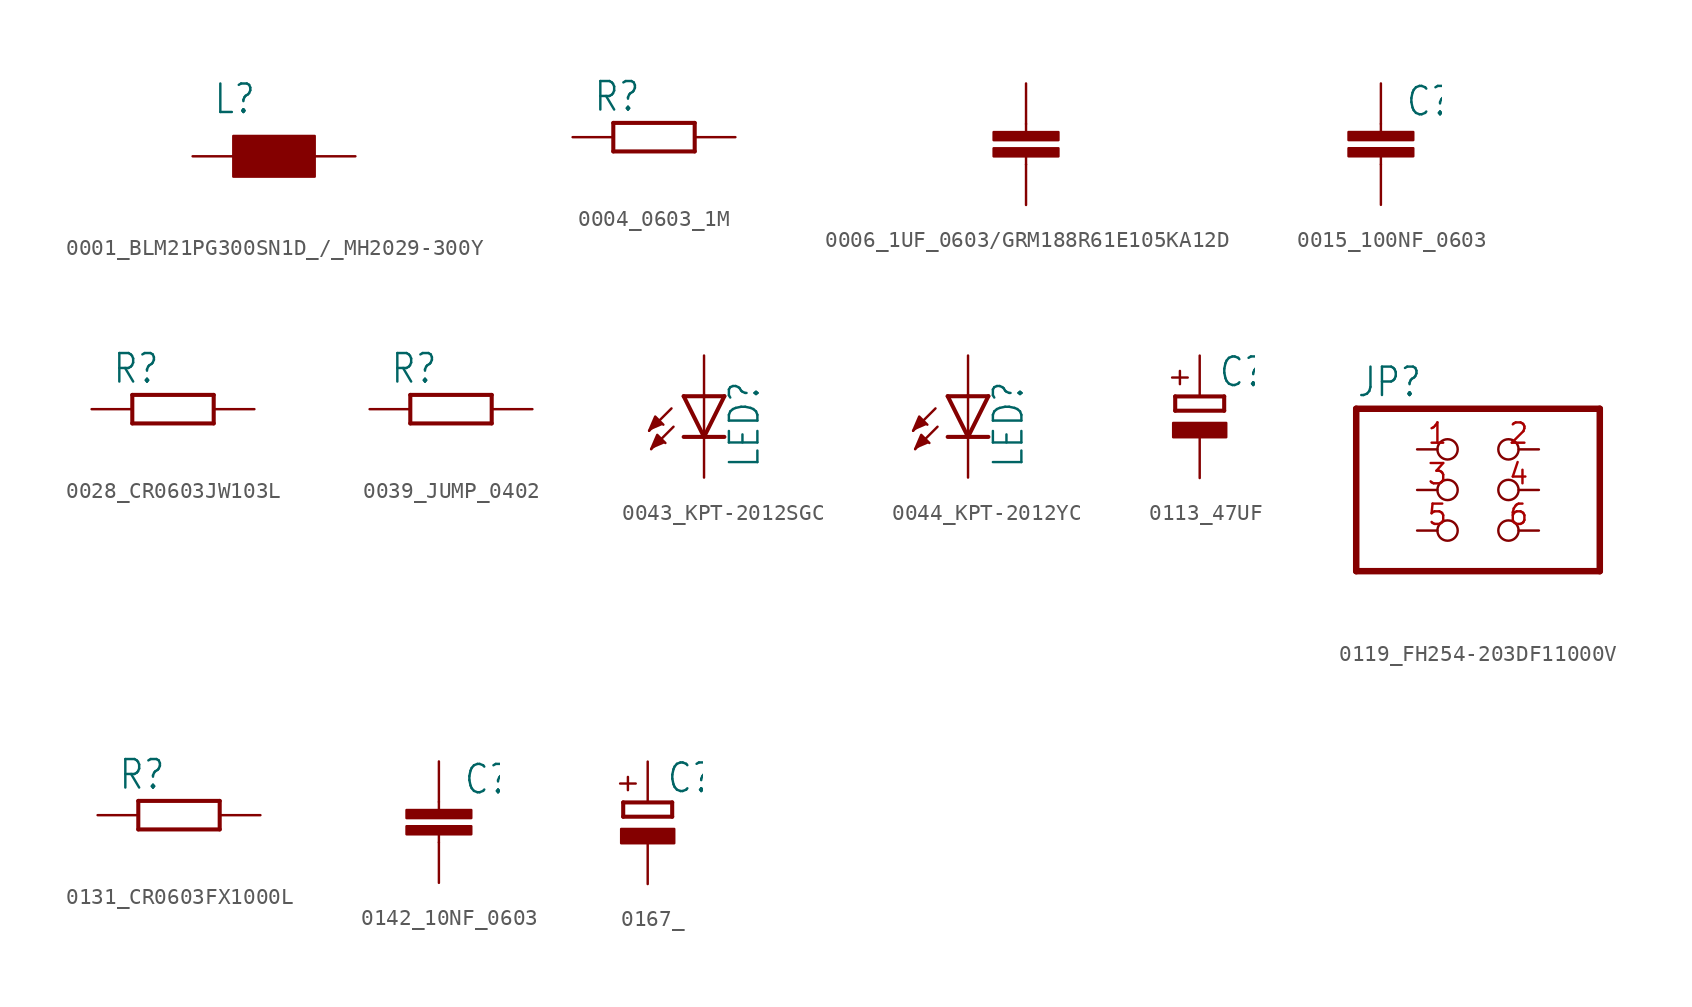
<source format=kicad_sym>
(kicad_symbol_lib
  (version 20220914)
  (generator kicad_symbol_editor)
  (symbol "0001_BLM21PG300SN1D_/_MH2029-300Y"
    (property "Reference" "L"
      (at -3.81 5.08 0)
      (effects (font (size 1.778 1.511)) (justify left bottom)))
    (property "Value" ""
      (at -3.81 -1.27 0)
      (effects (font (size 1.778 1.511)) (justify left bottom)))
    (property "ki_locked" ""
      (at 0 0 0)
      (effects (font (size 1.27 1.27))))
    (symbol "0001_BLM21PG300SN1D_/_MH2029-300Y_1_0"
      (rectangle (start -2.54 1.27) (end 2.54 3.81) (stroke (width 0) (type default)) (fill (type outline)))
      (pin passive line (at -5.08 2.54 0) (length 2.54) (name "1" (effects (font (size 0 0)))) (number "1" (effects (font (size 0 0)))))
      (pin passive line (at 5.08 2.54 180) (length 2.54) (name "2" (effects (font (size 0 0)))) (number "2" (effects (font (size 0 0)))))))
  (symbol "0004_0603_1M"
    (property "Reference" "R"
      (at -3.81 1.499 0)
      (effects (font (size 1.778 1.511)) (justify left bottom)))
    (property "Value" ""
      (at -3.81 -3.302 0)
      (effects (font (size 1.778 1.511)) (justify left bottom)))
    (property "ki_locked" ""
      (at 0 0 0)
      (effects (font (size 1.27 1.27))))
    (symbol "0004_0603_1M_1_0"
      (polyline (pts (xy -2.54 -0.889) (xy -2.54 0.889)) (stroke (width 0.254) (type solid)) (fill (type none)))
      (polyline (pts (xy -2.54 -0.889) (xy 2.54 -0.889)) (stroke (width 0.254) (type solid)) (fill (type none)))
      (polyline (pts (xy 2.54 -0.889) (xy 2.54 0.889)) (stroke (width 0.254) (type solid)) (fill (type none)))
      (polyline (pts (xy 2.54 0.889) (xy -2.54 0.889)) (stroke (width 0.254) (type solid)) (fill (type none)))
      (pin passive line (at -5.08 0 0) (length 2.54) (name "1" (effects (font (size 0 0)))) (number "1" (effects (font (size 0 0)))))
      (pin passive line (at 5.08 0 180) (length 2.54) (name "2" (effects (font (size 0 0)))) (number "2" (effects (font (size 0 0)))))))
  (symbol "0006_1UF_0603/GRM188R61E105KA12D"
    (property "Reference" ""
      (at 1.524 0.381 0)
      (effects (font (size 1.778 1.511)) (justify left bottom) hide))
    (property "Value" ""
      (at 1.524 -4.699 0)
      (effects (font (size 1.778 1.511)) (justify left bottom)))
    (property "ki_locked" ""
      (at 0 0 0)
      (effects (font (size 1.27 1.27))))
    (symbol "0006_1UF_0603/GRM188R61E105KA12D_1_0"
      (rectangle (start -2.032 -2.032) (end 2.032 -1.524) (stroke (width 0) (type default)) (fill (type outline)))
      (rectangle (start -2.032 -1.016) (end 2.032 -0.508) (stroke (width 0) (type default)) (fill (type outline)))
      (polyline (pts (xy 0 -2.54) (xy 0 -2.032)) (stroke (width 0.152) (type solid)) (fill (type none)))
      (polyline (pts (xy 0 0) (xy 0 -0.508)) (stroke (width 0.152) (type solid)) (fill (type none)))
      (pin passive line (at 0 2.54 270) (length 2.54) (name "1" (effects (font (size 0 0)))) (number "1" (effects (font (size 0 0)))))
      (pin passive line (at 0 -5.08 90) (length 2.54) (name "2" (effects (font (size 0 0)))) (number "2" (effects (font (size 0 0)))))))
  (symbol "0015_100NF_0603"
    (property "Reference" "C"
      (at 1.524 0.381 0)
      (effects (font (size 1.778 1.511)) (justify left bottom)))
    (property "Value" ""
      (at 1.524 -4.699 0)
      (effects (font (size 1.778 1.511)) (justify left bottom)))
    (property "ki_locked" ""
      (at 0 0 0)
      (effects (font (size 1.27 1.27))))
    (symbol "0015_100NF_0603_1_0"
      (rectangle (start -2.032 -2.032) (end 2.032 -1.524) (stroke (width 0) (type default)) (fill (type outline)))
      (rectangle (start -2.032 -1.016) (end 2.032 -0.508) (stroke (width 0) (type default)) (fill (type outline)))
      (polyline (pts (xy 0 -2.54) (xy 0 -2.032)) (stroke (width 0.152) (type solid)) (fill (type none)))
      (polyline (pts (xy 0 0) (xy 0 -0.508)) (stroke (width 0.152) (type solid)) (fill (type none)))
      (pin passive line (at 0 2.54 270) (length 2.54) (name "1" (effects (font (size 0 0)))) (number "1" (effects (font (size 0 0)))))
      (pin passive line (at 0 -5.08 90) (length 2.54) (name "2" (effects (font (size 0 0)))) (number "2" (effects (font (size 0 0)))))))
  (symbol "0028_CR0603JW103L"
    (property "Reference" "R"
      (at -3.81 1.499 0)
      (effects (font (size 1.778 1.511)) (justify left bottom)))
    (property "Value" ""
      (at -3.81 -3.302 0)
      (effects (font (size 1.778 1.511)) (justify left bottom)))
    (property "ki_locked" ""
      (at 0 0 0)
      (effects (font (size 1.27 1.27))))
    (symbol "0028_CR0603JW103L_1_0"
      (polyline (pts (xy -2.54 -0.889) (xy -2.54 0.889)) (stroke (width 0.254) (type solid)) (fill (type none)))
      (polyline (pts (xy -2.54 -0.889) (xy 2.54 -0.889)) (stroke (width 0.254) (type solid)) (fill (type none)))
      (polyline (pts (xy 2.54 -0.889) (xy 2.54 0.889)) (stroke (width 0.254) (type solid)) (fill (type none)))
      (polyline (pts (xy 2.54 0.889) (xy -2.54 0.889)) (stroke (width 0.254) (type solid)) (fill (type none)))
      (pin passive line (at -5.08 0 0) (length 2.54) (name "1" (effects (font (size 0 0)))) (number "1" (effects (font (size 0 0)))))
      (pin passive line (at 5.08 0 180) (length 2.54) (name "2" (effects (font (size 0 0)))) (number "2" (effects (font (size 0 0)))))))
  (symbol "0039_JUMP_0402"
    (property "Reference" "R"
      (at -3.81 1.499 0)
      (effects (font (size 1.778 1.511)) (justify left bottom)))
    (property "Value" ""
      (at -3.81 -3.302 0)
      (effects (font (size 1.778 1.511)) (justify left bottom)))
    (property "ki_locked" ""
      (at 0 0 0)
      (effects (font (size 1.27 1.27))))
    (symbol "0039_JUMP_0402_1_0"
      (polyline (pts (xy -2.54 -0.889) (xy -2.54 0.889)) (stroke (width 0.254) (type solid)) (fill (type none)))
      (polyline (pts (xy -2.54 -0.889) (xy 2.54 -0.889)) (stroke (width 0.254) (type solid)) (fill (type none)))
      (polyline (pts (xy 2.54 -0.889) (xy 2.54 0.889)) (stroke (width 0.254) (type solid)) (fill (type none)))
      (polyline (pts (xy 2.54 0.889) (xy -2.54 0.889)) (stroke (width 0.254) (type solid)) (fill (type none)))
      (pin passive line (at -5.08 0 0) (length 2.54) (name "1" (effects (font (size 0 0)))) (number "1" (effects (font (size 0 0)))))
      (pin passive line (at 5.08 0 180) (length 2.54) (name "2" (effects (font (size 0 0)))) (number "2" (effects (font (size 0 0)))))))
  (symbol "0043_KPT-2012SGC"
    (property "Reference" "LED"
      (at 3.556 -4.572 90)
      (effects (font (size 1.778 1.511)) (justify left bottom)))
    (property "Value" ""
      (at 5.715 -4.572 90)
      (effects (font (size 1.778 1.511)) (justify left bottom)))
    (property "ki_locked" ""
      (at 0 0 0)
      (effects (font (size 1.27 1.27))))
    (symbol "0043_KPT-2012SGC_1_0"
      (polyline (pts (xy -2.032 -0.762) (xy -3.429 -2.159)) (stroke (width 0.152) (type solid)) (fill (type none)))
      (polyline (pts (xy -1.905 -1.905) (xy -3.302 -3.302)) (stroke (width 0.152) (type solid)) (fill (type none)))
      (polyline (pts (xy 0 -2.54) (xy -1.27 -2.54)) (stroke (width 0.254) (type solid)) (fill (type none)))
      (polyline (pts (xy 0 -2.54) (xy -1.27 0)) (stroke (width 0.254) (type solid)) (fill (type none)))
      (polyline (pts (xy 0 0) (xy -1.27 0)) (stroke (width 0.254) (type solid)) (fill (type none)))
      (polyline (pts (xy 0 0) (xy 0 -2.54)) (stroke (width 0.152) (type solid)) (fill (type none)))
      (polyline (pts (xy 1.27 -2.54) (xy 0 -2.54)) (stroke (width 0.254) (type solid)) (fill (type none)))
      (polyline (pts (xy 1.27 0) (xy 0 -2.54)) (stroke (width 0.254) (type solid)) (fill (type none)))
      (polyline (pts (xy 1.27 0) (xy 0 0)) (stroke (width 0.254) (type solid)) (fill (type none)))
      (polyline (pts (xy -3.429 -2.159) (xy -3.048 -1.27) (xy -2.54 -1.778)) (stroke (width 0.152) (type solid)) (fill (type outline)))
      (polyline (pts (xy -3.302 -3.302) (xy -2.921 -2.413) (xy -2.413 -2.921)) (stroke (width 0.152) (type solid)) (fill (type outline)))
      (pin passive line (at 0 2.54 270) (length 2.54) (name "A" (effects (font (size 0 0)))) (number "A" (effects (font (size 0 0)))))
      (pin passive line (at 0 -5.08 90) (length 2.54) (name "C" (effects (font (size 0 0)))) (number "C" (effects (font (size 0 0)))))))
  (symbol "0044_KPT-2012YC"
    (property "Reference" "LED"
      (at 3.556 -4.572 90)
      (effects (font (size 1.778 1.511)) (justify left bottom)))
    (property "Value" ""
      (at 5.715 -4.572 90)
      (effects (font (size 1.778 1.511)) (justify left bottom)))
    (property "ki_locked" ""
      (at 0 0 0)
      (effects (font (size 1.27 1.27))))
    (symbol "0044_KPT-2012YC_1_0"
      (polyline (pts (xy -2.032 -0.762) (xy -3.429 -2.159)) (stroke (width 0.152) (type solid)) (fill (type none)))
      (polyline (pts (xy -1.905 -1.905) (xy -3.302 -3.302)) (stroke (width 0.152) (type solid)) (fill (type none)))
      (polyline (pts (xy 0 -2.54) (xy -1.27 -2.54)) (stroke (width 0.254) (type solid)) (fill (type none)))
      (polyline (pts (xy 0 -2.54) (xy -1.27 0)) (stroke (width 0.254) (type solid)) (fill (type none)))
      (polyline (pts (xy 0 0) (xy -1.27 0)) (stroke (width 0.254) (type solid)) (fill (type none)))
      (polyline (pts (xy 0 0) (xy 0 -2.54)) (stroke (width 0.152) (type solid)) (fill (type none)))
      (polyline (pts (xy 1.27 -2.54) (xy 0 -2.54)) (stroke (width 0.254) (type solid)) (fill (type none)))
      (polyline (pts (xy 1.27 0) (xy 0 -2.54)) (stroke (width 0.254) (type solid)) (fill (type none)))
      (polyline (pts (xy 1.27 0) (xy 0 0)) (stroke (width 0.254) (type solid)) (fill (type none)))
      (polyline (pts (xy -3.429 -2.159) (xy -3.048 -1.27) (xy -2.54 -1.778)) (stroke (width 0.152) (type solid)) (fill (type outline)))
      (polyline (pts (xy -3.302 -3.302) (xy -2.921 -2.413) (xy -2.413 -2.921)) (stroke (width 0.152) (type solid)) (fill (type outline)))
      (pin passive line (at 0 2.54 270) (length 2.54) (name "A" (effects (font (size 0 0)))) (number "A" (effects (font (size 0 0)))))
      (pin passive line (at 0 -5.08 90) (length 2.54) (name "C" (effects (font (size 0 0)))) (number "C" (effects (font (size 0 0)))))))
  (symbol "0113_47UF"
    (property "Reference" "C"
      (at 1.143 0.483 0)
      (effects (font (size 1.778 1.511)) (justify left bottom)))
    (property "Value" ""
      (at 1.143 -4.597 0)
      (effects (font (size 1.778 1.511)) (justify left bottom)))
    (property "ki_locked" ""
      (at 0 0 0)
      (effects (font (size 1.27 1.27))))
    (symbol "0113_47UF_1_0"
      (rectangle (start -1.651 -2.54) (end 1.651 -1.651) (stroke (width 0) (type default)) (fill (type outline)))
      (polyline (pts (xy -1.524 -0.889) (xy 1.524 -0.889)) (stroke (width 0.254) (type solid)) (fill (type none)))
      (polyline (pts (xy -1.524 0) (xy -1.524 -0.889)) (stroke (width 0.254) (type solid)) (fill (type none)))
      (polyline (pts (xy -1.524 0) (xy 1.524 0)) (stroke (width 0.254) (type solid)) (fill (type none)))
      (polyline (pts (xy 1.524 -0.889) (xy 1.524 0)) (stroke (width 0.254) (type solid)) (fill (type none)))
      (text "+" (at -0.584 0.406 900) (effects (font (size 1.27 1.079)) (justify left bottom)))
      (pin passive line (at 0 2.54 270) (length 2.54) (name "+" (effects (font (size 0 0)))) (number "+" (effects (font (size 0 0)))))
      (pin passive line (at 0 -5.08 90) (length 2.54) (name "-" (effects (font (size 0 0)))) (number "-" (effects (font (size 0 0)))))))
  (symbol "0119_FH254-203DF11000V"
    (property "Reference" "JP"
      (at -6.35 5.715 0)
      (effects (font (size 1.778 1.511)) (justify left bottom)))
    (property "Value" ""
      (at -6.35 -7.62 0)
      (effects (font (size 1.778 1.511)) (justify left bottom)))
    (property "ki_locked" ""
      (at 0 0 0)
      (effects (font (size 1.27 1.27))))
    (symbol "0119_FH254-203DF11000V_1_0"
      (polyline (pts (xy -6.35 -5.08) (xy 8.89 -5.08)) (stroke (width 0.406) (type solid)) (fill (type none)))
      (polyline (pts (xy -6.35 5.08) (xy -6.35 -5.08)) (stroke (width 0.406) (type solid)) (fill (type none)))
      (polyline (pts (xy 8.89 -5.08) (xy 8.89 5.08)) (stroke (width 0.406) (type solid)) (fill (type none)))
      (polyline (pts (xy 8.89 5.08) (xy -6.35 5.08)) (stroke (width 0.406) (type solid)) (fill (type none)))
      (pin passive inverted (at -2.54 2.54 0) (length 2.54) (name "1" (effects (font (size 0 0)))) (number "1" (effects (font (size 1.27 1.27)))))
      (pin passive inverted (at 5.08 2.54 180) (length 2.54) (name "2" (effects (font (size 0 0)))) (number "2" (effects (font (size 1.27 1.27)))))
      (pin passive inverted (at -2.54 0 0) (length 2.54) (name "3" (effects (font (size 0 0)))) (number "3" (effects (font (size 1.27 1.27)))))
      (pin passive inverted (at 5.08 0 180) (length 2.54) (name "4" (effects (font (size 0 0)))) (number "4" (effects (font (size 1.27 1.27)))))
      (pin passive inverted (at -2.54 -2.54 0) (length 2.54) (name "5" (effects (font (size 0 0)))) (number "5" (effects (font (size 1.27 1.27)))))
      (pin passive inverted (at 5.08 -2.54 180) (length 2.54) (name "6" (effects (font (size 0 0)))) (number "6" (effects (font (size 1.27 1.27)))))))
  (symbol "0131_CR0603FX1000L"
    (property "Reference" "R"
      (at -3.81 1.499 0)
      (effects (font (size 1.778 1.511)) (justify left bottom)))
    (property "Value" ""
      (at -3.81 -3.302 0)
      (effects (font (size 1.778 1.511)) (justify left bottom)))
    (property "ki_locked" ""
      (at 0 0 0)
      (effects (font (size 1.27 1.27))))
    (symbol "0131_CR0603FX1000L_1_0"
      (polyline (pts (xy -2.54 -0.889) (xy -2.54 0.889)) (stroke (width 0.254) (type solid)) (fill (type none)))
      (polyline (pts (xy -2.54 -0.889) (xy 2.54 -0.889)) (stroke (width 0.254) (type solid)) (fill (type none)))
      (polyline (pts (xy 2.54 -0.889) (xy 2.54 0.889)) (stroke (width 0.254) (type solid)) (fill (type none)))
      (polyline (pts (xy 2.54 0.889) (xy -2.54 0.889)) (stroke (width 0.254) (type solid)) (fill (type none)))
      (pin passive line (at -5.08 0 0) (length 2.54) (name "1" (effects (font (size 0 0)))) (number "1" (effects (font (size 0 0)))))
      (pin passive line (at 5.08 0 180) (length 2.54) (name "2" (effects (font (size 0 0)))) (number "2" (effects (font (size 0 0)))))))
  (symbol "0142_10NF_0603"
    (property "Reference" "C"
      (at 1.524 0.381 0)
      (effects (font (size 1.778 1.511)) (justify left bottom)))
    (property "Value" ""
      (at 1.524 -4.699 0)
      (effects (font (size 1.778 1.511)) (justify left bottom)))
    (property "ki_locked" ""
      (at 0 0 0)
      (effects (font (size 1.27 1.27))))
    (symbol "0142_10NF_0603_1_0"
      (rectangle (start -2.032 -2.032) (end 2.032 -1.524) (stroke (width 0) (type default)) (fill (type outline)))
      (rectangle (start -2.032 -1.016) (end 2.032 -0.508) (stroke (width 0) (type default)) (fill (type outline)))
      (polyline (pts (xy 0 -2.54) (xy 0 -2.032)) (stroke (width 0.152) (type solid)) (fill (type none)))
      (polyline (pts (xy 0 0) (xy 0 -0.508)) (stroke (width 0.152) (type solid)) (fill (type none)))
      (pin passive line (at 0 2.54 270) (length 2.54) (name "1" (effects (font (size 0 0)))) (number "1" (effects (font (size 0 0)))))
      (pin passive line (at 0 -5.08 90) (length 2.54) (name "2" (effects (font (size 0 0)))) (number "2" (effects (font (size 0 0)))))))
  (symbol "0167_"
    (property "Reference" "C"
      (at 1.143 0.483 0)
      (effects (font (size 1.778 1.511)) (justify left bottom)))
    (property "Value" ""
      (at 1.143 -4.597 0)
      (effects (font (size 1.778 1.511)) (justify left bottom)))
    (property "ki_locked" ""
      (at 0 0 0)
      (effects (font (size 1.27 1.27))))
    (symbol "0167__1_0"
      (rectangle (start -1.651 -2.54) (end 1.651 -1.651) (stroke (width 0) (type default)) (fill (type outline)))
      (polyline (pts (xy -1.524 -0.889) (xy 1.524 -0.889)) (stroke (width 0.254) (type solid)) (fill (type none)))
      (polyline (pts (xy -1.524 0) (xy -1.524 -0.889)) (stroke (width 0.254) (type solid)) (fill (type none)))
      (polyline (pts (xy -1.524 0) (xy 1.524 0)) (stroke (width 0.254) (type solid)) (fill (type none)))
      (polyline (pts (xy 1.524 -0.889) (xy 1.524 0)) (stroke (width 0.254) (type solid)) (fill (type none)))
      (text "+" (at -0.584 0.406 900) (effects (font (size 1.27 1.079)) (justify left bottom)))
      (pin passive line (at 0 2.54 270) (length 2.54) (name "+" (effects (font (size 0 0)))) (number "+" (effects (font (size 0 0)))))
      (pin passive line (at 0 -5.08 90) (length 2.54) (name "-" (effects (font (size 0 0)))) (number "-" (effects (font (size 0 0))))))))
</source>
